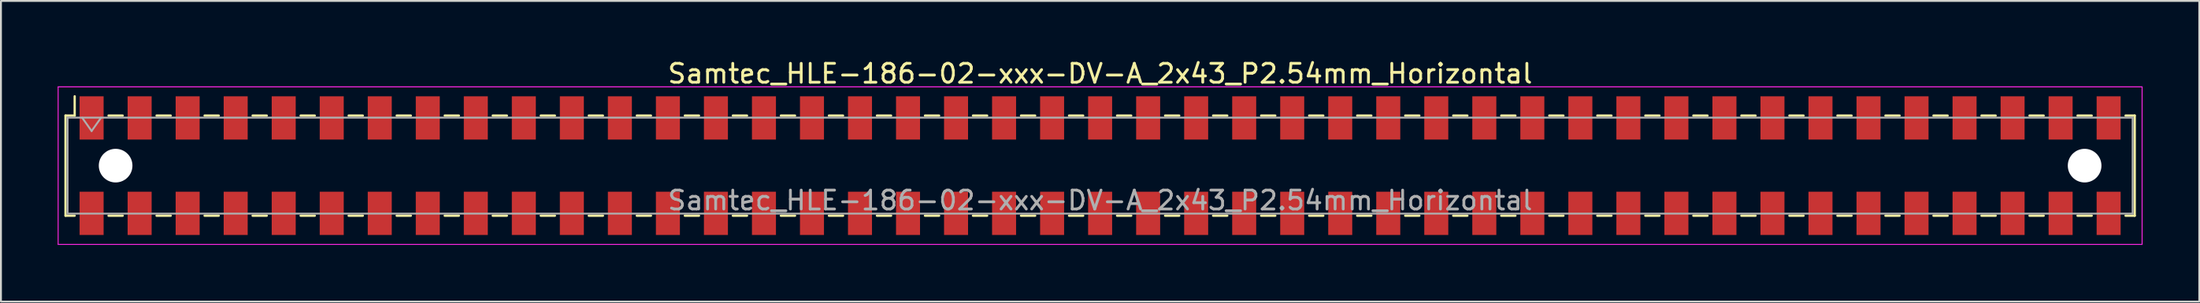
<source format=kicad_pcb>
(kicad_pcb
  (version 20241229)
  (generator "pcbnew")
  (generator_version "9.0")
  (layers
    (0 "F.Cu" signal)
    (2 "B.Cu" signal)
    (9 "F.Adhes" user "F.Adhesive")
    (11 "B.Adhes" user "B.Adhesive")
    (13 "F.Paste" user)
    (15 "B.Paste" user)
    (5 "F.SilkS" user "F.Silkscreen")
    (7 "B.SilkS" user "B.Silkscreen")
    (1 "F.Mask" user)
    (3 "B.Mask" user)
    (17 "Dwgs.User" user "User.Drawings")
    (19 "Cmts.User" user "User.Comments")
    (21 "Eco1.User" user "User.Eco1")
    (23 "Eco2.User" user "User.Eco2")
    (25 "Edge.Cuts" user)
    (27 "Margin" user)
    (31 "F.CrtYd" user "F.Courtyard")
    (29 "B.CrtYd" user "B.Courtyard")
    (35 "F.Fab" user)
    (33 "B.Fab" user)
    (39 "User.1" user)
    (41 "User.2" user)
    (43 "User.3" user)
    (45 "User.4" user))
  (footprint "Samtec_HLE-186-02-xxx-DV-A_2x43_P2.54mm_Horizontal"
    (layer "F.Cu")
    (at 55.135 5.718)
    (property "Reference" "Samtec_HLE-186-02-xxx-DV-A_2x43_P2.54mm_Horizontal" (at 0 -4.87 0) (layer "F.SilkS") (effects (font (size 1 1) (thickness 0.15))))
    (attr smd)
    (fp_line (start -54.72 -2.65) (end -54.72 2.65) (stroke (width 0.12) (type solid)) (layer "F.SilkS"))
    (fp_line (start -54.72 2.65) (end -54.235 2.65) (stroke (width 0.12) (type solid)) (layer "F.SilkS"))
    (fp_line (start -54.235 -3.67) (end -54.235 -2.65) (stroke (width 0.12) (type solid)) (layer "F.SilkS"))
    (fp_line (start -54.235 -2.65) (end -54.72 -2.65) (stroke (width 0.12) (type solid)) (layer "F.SilkS"))
    (fp_line (start -52.445 -2.65) (end -51.695 -2.65) (stroke (width 0.12) (type solid)) (layer "F.SilkS"))
    (fp_line (start -52.445 2.65) (end -51.695 2.65) (stroke (width 0.12) (type solid)) (layer "F.SilkS"))
    (fp_line (start -49.905 -2.65) (end -49.155 -2.65) (stroke (width 0.12) (type solid)) (layer "F.SilkS"))
    (fp_line (start -49.905 2.65) (end -49.155 2.65) (stroke (width 0.12) (type solid)) (layer "F.SilkS"))
    (fp_line (start -47.365 -2.65) (end -46.615 -2.65) (stroke (width 0.12) (type solid)) (layer "F.SilkS"))
    (fp_line (start -47.365 2.65) (end -46.615 2.65) (stroke (width 0.12) (type solid)) (layer "F.SilkS"))
    (fp_line (start -44.825 -2.65) (end -44.075 -2.65) (stroke (width 0.12) (type solid)) (layer "F.SilkS"))
    (fp_line (start -44.825 2.65) (end -44.075 2.65) (stroke (width 0.12) (type solid)) (layer "F.SilkS"))
    (fp_line (start -42.285 -2.65) (end -41.535 -2.65) (stroke (width 0.12) (type solid)) (layer "F.SilkS"))
    (fp_line (start -42.285 2.65) (end -41.535 2.65) (stroke (width 0.12) (type solid)) (layer "F.SilkS"))
    (fp_line (start -39.745 -2.65) (end -38.995 -2.65) (stroke (width 0.12) (type solid)) (layer "F.SilkS"))
    (fp_line (start -39.745 2.65) (end -38.995 2.65) (stroke (width 0.12) (type solid)) (layer "F.SilkS"))
    (fp_line (start -37.205 -2.65) (end -36.455 -2.65) (stroke (width 0.12) (type solid)) (layer "F.SilkS"))
    (fp_line (start -37.205 2.65) (end -36.455 2.65) (stroke (width 0.12) (type solid)) (layer "F.SilkS"))
    (fp_line (start -34.665 -2.65) (end -33.915 -2.65) (stroke (width 0.12) (type solid)) (layer "F.SilkS"))
    (fp_line (start -34.665 2.65) (end -33.915 2.65) (stroke (width 0.12) (type solid)) (layer "F.SilkS"))
    (fp_line (start -32.125 -2.65) (end -31.375 -2.65) (stroke (width 0.12) (type solid)) (layer "F.SilkS"))
    (fp_line (start -32.125 2.65) (end -31.375 2.65) (stroke (width 0.12) (type solid)) (layer "F.SilkS"))
    (fp_line (start -29.585 -2.65) (end -28.835 -2.65) (stroke (width 0.12) (type solid)) (layer "F.SilkS"))
    (fp_line (start -29.585 2.65) (end -28.835 2.65) (stroke (width 0.12) (type solid)) (layer "F.SilkS"))
    (fp_line (start -27.045 -2.65) (end -26.295 -2.65) (stroke (width 0.12) (type solid)) (layer "F.SilkS"))
    (fp_line (start -27.045 2.65) (end -26.295 2.65) (stroke (width 0.12) (type solid)) (layer "F.SilkS"))
    (fp_line (start -24.505 -2.65) (end -23.755 -2.65) (stroke (width 0.12) (type solid)) (layer "F.SilkS"))
    (fp_line (start -24.505 2.65) (end -23.755 2.65) (stroke (width 0.12) (type solid)) (layer "F.SilkS"))
    (fp_line (start -21.965 -2.65) (end -21.215 -2.65) (stroke (width 0.12) (type solid)) (layer "F.SilkS"))
    (fp_line (start -21.965 2.65) (end -21.215 2.65) (stroke (width 0.12) (type solid)) (layer "F.SilkS"))
    (fp_line (start -19.425 -2.65) (end -18.675 -2.65) (stroke (width 0.12) (type solid)) (layer "F.SilkS"))
    (fp_line (start -19.425 2.65) (end -18.675 2.65) (stroke (width 0.12) (type solid)) (layer "F.SilkS"))
    (fp_line (start -16.885 -2.65) (end -16.135 -2.65) (stroke (width 0.12) (type solid)) (layer "F.SilkS"))
    (fp_line (start -16.885 2.65) (end -16.135 2.65) (stroke (width 0.12) (type solid)) (layer "F.SilkS"))
    (fp_line (start -14.345 -2.65) (end -13.595 -2.65) (stroke (width 0.12) (type solid)) (layer "F.SilkS"))
    (fp_line (start -14.345 2.65) (end -13.595 2.65) (stroke (width 0.12) (type solid)) (layer "F.SilkS"))
    (fp_line (start -11.805 -2.65) (end -11.055 -2.65) (stroke (width 0.12) (type solid)) (layer "F.SilkS"))
    (fp_line (start -11.805 2.65) (end -11.055 2.65) (stroke (width 0.12) (type solid)) (layer "F.SilkS"))
    (fp_line (start -9.265 -2.65) (end -8.515 -2.65) (stroke (width 0.12) (type solid)) (layer "F.SilkS"))
    (fp_line (start -9.265 2.65) (end -8.515 2.65) (stroke (width 0.12) (type solid)) (layer "F.SilkS"))
    (fp_line (start -6.725 -2.65) (end -5.975 -2.65) (stroke (width 0.12) (type solid)) (layer "F.SilkS"))
    (fp_line (start -6.725 2.65) (end -5.975 2.65) (stroke (width 0.12) (type solid)) (layer "F.SilkS"))
    (fp_line (start -4.185 -2.65) (end -3.435 -2.65) (stroke (width 0.12) (type solid)) (layer "F.SilkS"))
    (fp_line (start -4.185 2.65) (end -3.435 2.65) (stroke (width 0.12) (type solid)) (layer "F.SilkS"))
    (fp_line (start -1.645 -2.65) (end -0.895 -2.65) (stroke (width 0.12) (type solid)) (layer "F.SilkS"))
    (fp_line (start -1.645 2.65) (end -0.895 2.65) (stroke (width 0.12) (type solid)) (layer "F.SilkS"))
    (fp_line (start 0.895 -2.65) (end 1.645 -2.65) (stroke (width 0.12) (type solid)) (layer "F.SilkS"))
    (fp_line (start 0.895 2.65) (end 1.645 2.65) (stroke (width 0.12) (type solid)) (layer "F.SilkS"))
    (fp_line (start 3.435 -2.65) (end 4.185 -2.65) (stroke (width 0.12) (type solid)) (layer "F.SilkS"))
    (fp_line (start 3.435 2.65) (end 4.185 2.65) (stroke (width 0.12) (type solid)) (layer "F.SilkS"))
    (fp_line (start 5.975 -2.65) (end 6.725 -2.65) (stroke (width 0.12) (type solid)) (layer "F.SilkS"))
    (fp_line (start 5.975 2.65) (end 6.725 2.65) (stroke (width 0.12) (type solid)) (layer "F.SilkS"))
    (fp_line (start 8.515 -2.65) (end 9.265 -2.65) (stroke (width 0.12) (type solid)) (layer "F.SilkS"))
    (fp_line (start 8.515 2.65) (end 9.265 2.65) (stroke (width 0.12) (type solid)) (layer "F.SilkS"))
    (fp_line (start 11.055 -2.65) (end 11.805 -2.65) (stroke (width 0.12) (type solid)) (layer "F.SilkS"))
    (fp_line (start 11.055 2.65) (end 11.805 2.65) (stroke (width 0.12) (type solid)) (layer "F.SilkS"))
    (fp_line (start 13.595 -2.65) (end 14.345 -2.65) (stroke (width 0.12) (type solid)) (layer "F.SilkS"))
    (fp_line (start 13.595 2.65) (end 14.345 2.65) (stroke (width 0.12) (type solid)) (layer "F.SilkS"))
    (fp_line (start 16.135 -2.65) (end 16.885 -2.65) (stroke (width 0.12) (type solid)) (layer "F.SilkS"))
    (fp_line (start 16.135 2.65) (end 16.885 2.65) (stroke (width 0.12) (type solid)) (layer "F.SilkS"))
    (fp_line (start 18.675 -2.65) (end 19.425 -2.65) (stroke (width 0.12) (type solid)) (layer "F.SilkS"))
    (fp_line (start 18.675 2.65) (end 19.425 2.65) (stroke (width 0.12) (type solid)) (layer "F.SilkS"))
    (fp_line (start 21.215 -2.65) (end 21.965 -2.65) (stroke (width 0.12) (type solid)) (layer "F.SilkS"))
    (fp_line (start 21.215 2.65) (end 21.965 2.65) (stroke (width 0.12) (type solid)) (layer "F.SilkS"))
    (fp_line (start 23.755 -2.65) (end 24.505 -2.65) (stroke (width 0.12) (type solid)) (layer "F.SilkS"))
    (fp_line (start 23.755 2.65) (end 24.505 2.65) (stroke (width 0.12) (type solid)) (layer "F.SilkS"))
    (fp_line (start 26.295 -2.65) (end 27.045 -2.65) (stroke (width 0.12) (type solid)) (layer "F.SilkS"))
    (fp_line (start 26.295 2.65) (end 27.045 2.65) (stroke (width 0.12) (type solid)) (layer "F.SilkS"))
    (fp_line (start 28.835 -2.65) (end 29.585 -2.65) (stroke (width 0.12) (type solid)) (layer "F.SilkS"))
    (fp_line (start 28.835 2.65) (end 29.585 2.65) (stroke (width 0.12) (type solid)) (layer "F.SilkS"))
    (fp_line (start 31.375 -2.65) (end 32.125 -2.65) (stroke (width 0.12) (type solid)) (layer "F.SilkS"))
    (fp_line (start 31.375 2.65) (end 32.125 2.65) (stroke (width 0.12) (type solid)) (layer "F.SilkS"))
    (fp_line (start 33.915 -2.65) (end 34.665 -2.65) (stroke (width 0.12) (type solid)) (layer "F.SilkS"))
    (fp_line (start 33.915 2.65) (end 34.665 2.65) (stroke (width 0.12) (type solid)) (layer "F.SilkS"))
    (fp_line (start 36.455 -2.65) (end 37.205 -2.65) (stroke (width 0.12) (type solid)) (layer "F.SilkS"))
    (fp_line (start 36.455 2.65) (end 37.205 2.65) (stroke (width 0.12) (type solid)) (layer "F.SilkS"))
    (fp_line (start 38.995 -2.65) (end 39.745 -2.65) (stroke (width 0.12) (type solid)) (layer "F.SilkS"))
    (fp_line (start 38.995 2.65) (end 39.745 2.65) (stroke (width 0.12) (type solid)) (layer "F.SilkS"))
    (fp_line (start 41.535 -2.65) (end 42.285 -2.65) (stroke (width 0.12) (type solid)) (layer "F.SilkS"))
    (fp_line (start 41.535 2.65) (end 42.285 2.65) (stroke (width 0.12) (type solid)) (layer "F.SilkS"))
    (fp_line (start 44.075 -2.65) (end 44.825 -2.65) (stroke (width 0.12) (type solid)) (layer "F.SilkS"))
    (fp_line (start 44.075 2.65) (end 44.825 2.65) (stroke (width 0.12) (type solid)) (layer "F.SilkS"))
    (fp_line (start 46.615 -2.65) (end 47.365 -2.65) (stroke (width 0.12) (type solid)) (layer "F.SilkS"))
    (fp_line (start 46.615 2.65) (end 47.365 2.65) (stroke (width 0.12) (type solid)) (layer "F.SilkS"))
    (fp_line (start 49.155 -2.65) (end 49.905 -2.65) (stroke (width 0.12) (type solid)) (layer "F.SilkS"))
    (fp_line (start 49.155 2.65) (end 49.905 2.65) (stroke (width 0.12) (type solid)) (layer "F.SilkS"))
    (fp_line (start 51.695 -2.65) (end 52.445 -2.65) (stroke (width 0.12) (type solid)) (layer "F.SilkS"))
    (fp_line (start 51.695 2.65) (end 52.445 2.65) (stroke (width 0.12) (type solid)) (layer "F.SilkS"))
    (fp_line (start 54.235 -2.65) (end 54.72 -2.65) (stroke (width 0.12) (type solid)) (layer "F.SilkS"))
    (fp_line (start 54.72 -2.65) (end 54.72 2.65) (stroke (width 0.12) (type solid)) (layer "F.SilkS"))
    (fp_line (start 54.72 2.65) (end 54.235 2.65) (stroke (width 0.12) (type solid)) (layer "F.SilkS"))
    (fp_line (start -55.11 -4.17) (end 55.11 -4.17) (stroke (width 0.05) (type solid)) (layer "F.CrtYd"))
    (fp_line (start -55.11 4.17) (end -55.11 -4.17) (stroke (width 0.05) (type solid)) (layer "F.CrtYd"))
    (fp_line (start 55.11 -4.17) (end 55.11 4.17) (stroke (width 0.05) (type solid)) (layer "F.CrtYd"))
    (fp_line (start 55.11 4.17) (end -55.11 4.17) (stroke (width 0.05) (type solid)) (layer "F.CrtYd"))
    (fp_line (start -54.61 -2.54) (end 54.61 -2.54) (stroke (width 0.1) (type solid)) (layer "F.Fab"))
    (fp_line (start -54.61 2.54) (end -54.61 -2.54) (stroke (width 0.1) (type solid)) (layer "F.Fab"))
    (fp_line (start -53.84 -2.54) (end -53.34 -1.833) (stroke (width 0.1) (type solid)) (layer "F.Fab"))
    (fp_line (start -53.34 -1.833) (end -52.84 -2.54) (stroke (width 0.1) (type solid)) (layer "F.Fab"))
    (fp_line (start 54.61 -2.54) (end 54.61 2.54) (stroke (width 0.1) (type solid)) (layer "F.Fab"))
    (fp_line (start 54.61 2.54) (end -54.61 2.54) (stroke (width 0.1) (type solid)) (layer "F.Fab"))
    (fp_text user "${REFERENCE}" (at 0 1.84 0) (layer "F.Fab") (effects (font (size 1 1) (thickness 0.15))))
    (pad "" np_thru_hole circle (at -52.07 0) (size 1.78 1.78) (drill 1.78) (layers "*.Cu" "*.Mask"))
    (pad "" np_thru_hole circle (at 52.07 0) (size 1.78 1.78) (drill 1.78) (layers "*.Cu" "*.Mask"))
    (pad "1" smd rect (at -53.34 -2.525) (size 1.27 2.29) (layers "F.Cu" "F.Mask" "F.Paste"))
    (pad "2" smd rect (at -53.34 2.525) (size 1.27 2.29) (layers "F.Cu" "F.Mask" "F.Paste"))
    (pad "3" smd rect (at -50.8 -2.525) (size 1.27 2.29) (layers "F.Cu" "F.Mask" "F.Paste"))
    (pad "4" smd rect (at -50.8 2.525) (size 1.27 2.29) (layers "F.Cu" "F.Mask" "F.Paste"))
    (pad "5" smd rect (at -48.26 -2.525) (size 1.27 2.29) (layers "F.Cu" "F.Mask" "F.Paste"))
    (pad "6" smd rect (at -48.26 2.525) (size 1.27 2.29) (layers "F.Cu" "F.Mask" "F.Paste"))
    (pad "7" smd rect (at -45.72 -2.525) (size 1.27 2.29) (layers "F.Cu" "F.Mask" "F.Paste"))
    (pad "8" smd rect (at -45.72 2.525) (size 1.27 2.29) (layers "F.Cu" "F.Mask" "F.Paste"))
    (pad "9" smd rect (at -43.18 -2.525) (size 1.27 2.29) (layers "F.Cu" "F.Mask" "F.Paste"))
    (pad "10" smd rect (at -43.18 2.525) (size 1.27 2.29) (layers "F.Cu" "F.Mask" "F.Paste"))
    (pad "11" smd rect (at -40.64 -2.525) (size 1.27 2.29) (layers "F.Cu" "F.Mask" "F.Paste"))
    (pad "12" smd rect (at -40.64 2.525) (size 1.27 2.29) (layers "F.Cu" "F.Mask" "F.Paste"))
    (pad "13" smd rect (at -38.1 -2.525) (size 1.27 2.29) (layers "F.Cu" "F.Mask" "F.Paste"))
    (pad "14" smd rect (at -38.1 2.525) (size 1.27 2.29) (layers "F.Cu" "F.Mask" "F.Paste"))
    (pad "15" smd rect (at -35.56 -2.525) (size 1.27 2.29) (layers "F.Cu" "F.Mask" "F.Paste"))
    (pad "16" smd rect (at -35.56 2.525) (size 1.27 2.29) (layers "F.Cu" "F.Mask" "F.Paste"))
    (pad "17" smd rect (at -33.02 -2.525) (size 1.27 2.29) (layers "F.Cu" "F.Mask" "F.Paste"))
    (pad "18" smd rect (at -33.02 2.525) (size 1.27 2.29) (layers "F.Cu" "F.Mask" "F.Paste"))
    (pad "19" smd rect (at -30.48 -2.525) (size 1.27 2.29) (layers "F.Cu" "F.Mask" "F.Paste"))
    (pad "20" smd rect (at -30.48 2.525) (size 1.27 2.29) (layers "F.Cu" "F.Mask" "F.Paste"))
    (pad "21" smd rect (at -27.94 -2.525) (size 1.27 2.29) (layers "F.Cu" "F.Mask" "F.Paste"))
    (pad "22" smd rect (at -27.94 2.525) (size 1.27 2.29) (layers "F.Cu" "F.Mask" "F.Paste"))
    (pad "23" smd rect (at -25.4 -2.525) (size 1.27 2.29) (layers "F.Cu" "F.Mask" "F.Paste"))
    (pad "24" smd rect (at -25.4 2.525) (size 1.27 2.29) (layers "F.Cu" "F.Mask" "F.Paste"))
    (pad "25" smd rect (at -22.86 -2.525) (size 1.27 2.29) (layers "F.Cu" "F.Mask" "F.Paste"))
    (pad "26" smd rect (at -22.86 2.525) (size 1.27 2.29) (layers "F.Cu" "F.Mask" "F.Paste"))
    (pad "27" smd rect (at -20.32 -2.525) (size 1.27 2.29) (layers "F.Cu" "F.Mask" "F.Paste"))
    (pad "28" smd rect (at -20.32 2.525) (size 1.27 2.29) (layers "F.Cu" "F.Mask" "F.Paste"))
    (pad "29" smd rect (at -17.78 -2.525) (size 1.27 2.29) (layers "F.Cu" "F.Mask" "F.Paste"))
    (pad "30" smd rect (at -17.78 2.525) (size 1.27 2.29) (layers "F.Cu" "F.Mask" "F.Paste"))
    (pad "31" smd rect (at -15.24 -2.525) (size 1.27 2.29) (layers "F.Cu" "F.Mask" "F.Paste"))
    (pad "32" smd rect (at -15.24 2.525) (size 1.27 2.29) (layers "F.Cu" "F.Mask" "F.Paste"))
    (pad "33" smd rect (at -12.7 -2.525) (size 1.27 2.29) (layers "F.Cu" "F.Mask" "F.Paste"))
    (pad "34" smd rect (at -12.7 2.525) (size 1.27 2.29) (layers "F.Cu" "F.Mask" "F.Paste"))
    (pad "35" smd rect (at -10.16 -2.525) (size 1.27 2.29) (layers "F.Cu" "F.Mask" "F.Paste"))
    (pad "36" smd rect (at -10.16 2.525) (size 1.27 2.29) (layers "F.Cu" "F.Mask" "F.Paste"))
    (pad "37" smd rect (at -7.62 -2.525) (size 1.27 2.29) (layers "F.Cu" "F.Mask" "F.Paste"))
    (pad "38" smd rect (at -7.62 2.525) (size 1.27 2.29) (layers "F.Cu" "F.Mask" "F.Paste"))
    (pad "39" smd rect (at -5.08 -2.525) (size 1.27 2.29) (layers "F.Cu" "F.Mask" "F.Paste"))
    (pad "40" smd rect (at -5.08 2.525) (size 1.27 2.29) (layers "F.Cu" "F.Mask" "F.Paste"))
    (pad "41" smd rect (at -2.54 -2.525) (size 1.27 2.29) (layers "F.Cu" "F.Mask" "F.Paste"))
    (pad "42" smd rect (at -2.54 2.525) (size 1.27 2.29) (layers "F.Cu" "F.Mask" "F.Paste"))
    (pad "43" smd rect (at 0 -2.525) (size 1.27 2.29) (layers "F.Cu" "F.Mask" "F.Paste"))
    (pad "44" smd rect (at 0 2.525) (size 1.27 2.29) (layers "F.Cu" "F.Mask" "F.Paste"))
    (pad "45" smd rect (at 2.54 -2.525) (size 1.27 2.29) (layers "F.Cu" "F.Mask" "F.Paste"))
    (pad "46" smd rect (at 2.54 2.525) (size 1.27 2.29) (layers "F.Cu" "F.Mask" "F.Paste"))
    (pad "47" smd rect (at 5.08 -2.525) (size 1.27 2.29) (layers "F.Cu" "F.Mask" "F.Paste"))
    (pad "48" smd rect (at 5.08 2.525) (size 1.27 2.29) (layers "F.Cu" "F.Mask" "F.Paste"))
    (pad "49" smd rect (at 7.62 -2.525) (size 1.27 2.29) (layers "F.Cu" "F.Mask" "F.Paste"))
    (pad "50" smd rect (at 7.62 2.525) (size 1.27 2.29) (layers "F.Cu" "F.Mask" "F.Paste"))
    (pad "51" smd rect (at 10.16 -2.525) (size 1.27 2.29) (layers "F.Cu" "F.Mask" "F.Paste"))
    (pad "52" smd rect (at 10.16 2.525) (size 1.27 2.29) (layers "F.Cu" "F.Mask" "F.Paste"))
    (pad "53" smd rect (at 12.7 -2.525) (size 1.27 2.29) (layers "F.Cu" "F.Mask" "F.Paste"))
    (pad "54" smd rect (at 12.7 2.525) (size 1.27 2.29) (layers "F.Cu" "F.Mask" "F.Paste"))
    (pad "55" smd rect (at 15.24 -2.525) (size 1.27 2.29) (layers "F.Cu" "F.Mask" "F.Paste"))
    (pad "56" smd rect (at 15.24 2.525) (size 1.27 2.29) (layers "F.Cu" "F.Mask" "F.Paste"))
    (pad "57" smd rect (at 17.78 -2.525) (size 1.27 2.29) (layers "F.Cu" "F.Mask" "F.Paste"))
    (pad "58" smd rect (at 17.78 2.525) (size 1.27 2.29) (layers "F.Cu" "F.Mask" "F.Paste"))
    (pad "59" smd rect (at 20.32 -2.525) (size 1.27 2.29) (layers "F.Cu" "F.Mask" "F.Paste"))
    (pad "60" smd rect (at 20.32 2.525) (size 1.27 2.29) (layers "F.Cu" "F.Mask" "F.Paste"))
    (pad "61" smd rect (at 22.86 -2.525) (size 1.27 2.29) (layers "F.Cu" "F.Mask" "F.Paste"))
    (pad "62" smd rect (at 22.86 2.525) (size 1.27 2.29) (layers "F.Cu" "F.Mask" "F.Paste"))
    (pad "63" smd rect (at 25.4 -2.525) (size 1.27 2.29) (layers "F.Cu" "F.Mask" "F.Paste"))
    (pad "64" smd rect (at 25.4 2.525) (size 1.27 2.29) (layers "F.Cu" "F.Mask" "F.Paste"))
    (pad "65" smd rect (at 27.94 -2.525) (size 1.27 2.29) (layers "F.Cu" "F.Mask" "F.Paste"))
    (pad "66" smd rect (at 27.94 2.525) (size 1.27 2.29) (layers "F.Cu" "F.Mask" "F.Paste"))
    (pad "67" smd rect (at 30.48 -2.525) (size 1.27 2.29) (layers "F.Cu" "F.Mask" "F.Paste"))
    (pad "68" smd rect (at 30.48 2.525) (size 1.27 2.29) (layers "F.Cu" "F.Mask" "F.Paste"))
    (pad "69" smd rect (at 33.02 -2.525) (size 1.27 2.29) (layers "F.Cu" "F.Mask" "F.Paste"))
    (pad "70" smd rect (at 33.02 2.525) (size 1.27 2.29) (layers "F.Cu" "F.Mask" "F.Paste"))
    (pad "71" smd rect (at 35.56 -2.525) (size 1.27 2.29) (layers "F.Cu" "F.Mask" "F.Paste"))
    (pad "72" smd rect (at 35.56 2.525) (size 1.27 2.29) (layers "F.Cu" "F.Mask" "F.Paste"))
    (pad "73" smd rect (at 38.1 -2.525) (size 1.27 2.29) (layers "F.Cu" "F.Mask" "F.Paste"))
    (pad "74" smd rect (at 38.1 2.525) (size 1.27 2.29) (layers "F.Cu" "F.Mask" "F.Paste"))
    (pad "75" smd rect (at 40.64 -2.525) (size 1.27 2.29) (layers "F.Cu" "F.Mask" "F.Paste"))
    (pad "76" smd rect (at 40.64 2.525) (size 1.27 2.29) (layers "F.Cu" "F.Mask" "F.Paste"))
    (pad "77" smd rect (at 43.18 -2.525) (size 1.27 2.29) (layers "F.Cu" "F.Mask" "F.Paste"))
    (pad "78" smd rect (at 43.18 2.525) (size 1.27 2.29) (layers "F.Cu" "F.Mask" "F.Paste"))
    (pad "79" smd rect (at 45.72 -2.525) (size 1.27 2.29) (layers "F.Cu" "F.Mask" "F.Paste"))
    (pad "80" smd rect (at 45.72 2.525) (size 1.27 2.29) (layers "F.Cu" "F.Mask" "F.Paste"))
    (pad "81" smd rect (at 48.26 -2.525) (size 1.27 2.29) (layers "F.Cu" "F.Mask" "F.Paste"))
    (pad "82" smd rect (at 48.26 2.525) (size 1.27 2.29) (layers "F.Cu" "F.Mask" "F.Paste"))
    (pad "83" smd rect (at 50.8 -2.525) (size 1.27 2.29) (layers "F.Cu" "F.Mask" "F.Paste"))
    (pad "84" smd rect (at 50.8 2.525) (size 1.27 2.29) (layers "F.Cu" "F.Mask" "F.Paste"))
    (pad "85" smd rect (at 53.34 -2.525) (size 1.27 2.29) (layers "F.Cu" "F.Mask" "F.Paste"))
    (pad "86" smd rect (at 53.34 2.525) (size 1.27 2.29) (layers "F.Cu" "F.Mask" "F.Paste")))
  (gr_rect
    (start -3 -3)
    (end 113.27 12.913)
    (stroke (width 0.1) (type default))
    (fill no)
    (layer "Edge.Cuts")))
</source>
